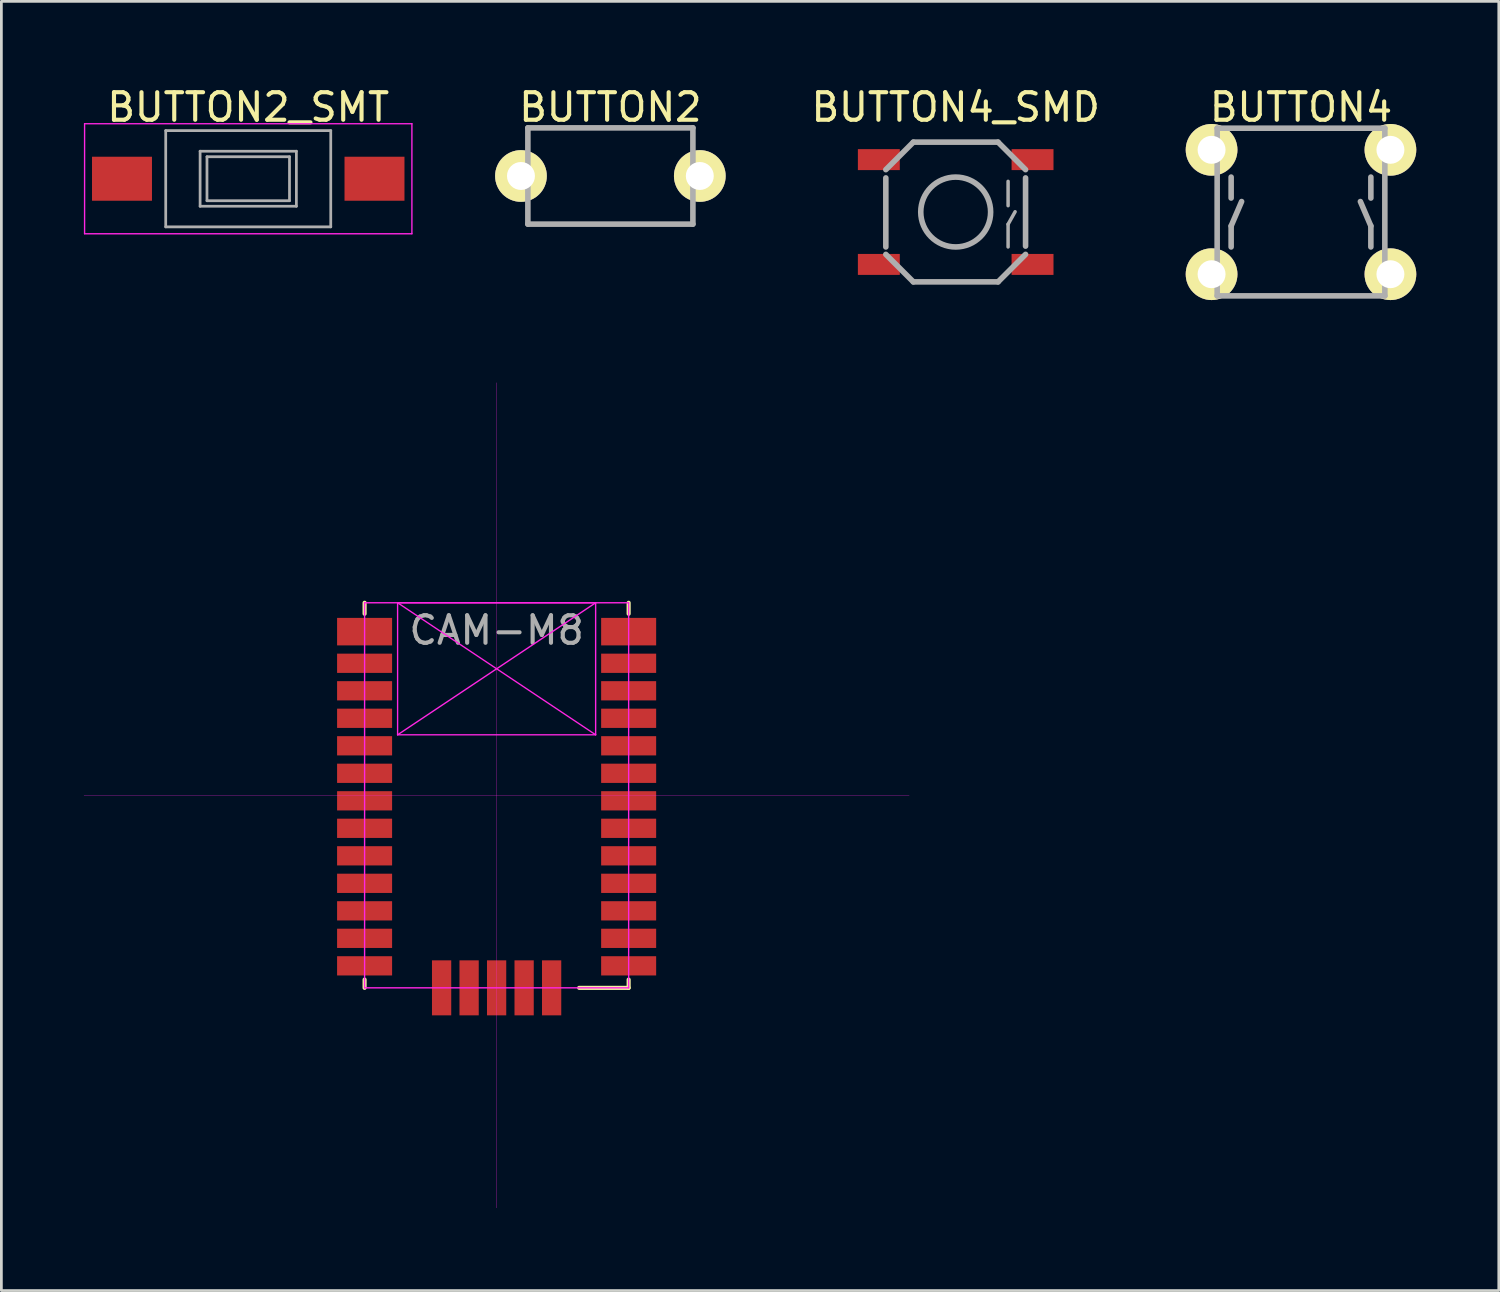
<source format=kicad_pcb>
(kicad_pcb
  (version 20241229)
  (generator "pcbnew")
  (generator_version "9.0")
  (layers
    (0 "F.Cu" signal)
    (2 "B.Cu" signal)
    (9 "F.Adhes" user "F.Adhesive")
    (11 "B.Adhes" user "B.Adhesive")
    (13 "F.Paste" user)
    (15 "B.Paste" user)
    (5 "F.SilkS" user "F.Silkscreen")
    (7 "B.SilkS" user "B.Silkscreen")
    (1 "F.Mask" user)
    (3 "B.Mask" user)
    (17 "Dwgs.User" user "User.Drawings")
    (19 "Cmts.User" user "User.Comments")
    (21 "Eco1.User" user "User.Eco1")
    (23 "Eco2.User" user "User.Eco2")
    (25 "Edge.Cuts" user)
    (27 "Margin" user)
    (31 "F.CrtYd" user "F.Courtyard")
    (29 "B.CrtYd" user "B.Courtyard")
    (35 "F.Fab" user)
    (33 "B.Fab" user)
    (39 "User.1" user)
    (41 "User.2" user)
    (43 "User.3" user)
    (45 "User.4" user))
  (footprint "BUTTON4"
    (layer "F.Cu")
    (at 44.249 4.658)
    (property "Reference" "BUTTON4" (at 0 -3.81 0) (layer "F.SilkS") (effects (font (size 1 1) (thickness 0.15))))
    (attr through_hole)
    (fp_line (start -3.048 -3.048) (end -3.048 3.048) (stroke (width 0.203) (type solid)) (layer "F.Fab"))
    (fp_line (start -3.048 -3.048) (end 3.048 -3.048) (stroke (width 0.203) (type solid)) (layer "F.Fab"))
    (fp_line (start -3.048 3.048) (end 3.048 3.048) (stroke (width 0.203) (type solid)) (layer "F.Fab"))
    (fp_line (start -2.54 -0.508) (end -2.54 -1.27) (stroke (width 0.203) (type solid)) (layer "F.Fab"))
    (fp_line (start -2.54 0.508) (end -2.159 -0.381) (stroke (width 0.203) (type solid)) (layer "F.Fab"))
    (fp_line (start -2.54 1.27) (end -2.54 0.508) (stroke (width 0.203) (type solid)) (layer "F.Fab"))
    (fp_line (start 2.54 -0.508) (end 2.54 -1.27) (stroke (width 0.203) (type solid)) (layer "F.Fab"))
    (fp_line (start 2.54 0.508) (end 2.159 -0.381) (stroke (width 0.203) (type solid)) (layer "F.Fab"))
    (fp_line (start 2.54 1.27) (end 2.54 0.508) (stroke (width 0.203) (type solid)) (layer "F.Fab"))
    (fp_line (start 3.048 -3.048) (end 3.048 3.048) (stroke (width 0.203) (type solid)) (layer "F.Fab"))
    (pad "1" thru_hole circle (at -3.251 2.261) (size 1.88 1.88) (drill 1.016) (layers "*.Cu" "*.Mask" "F.SilkS"))
    (pad "2" thru_hole circle (at 3.251 2.261) (size 1.88 1.88) (drill 1.016) (layers "*.Cu" "*.Mask" "F.SilkS"))
    (pad "3" thru_hole circle (at -3.251 -2.261) (size 1.88 1.88) (drill 1.016) (layers "*.Cu" "*.Mask" "F.SilkS"))
    (pad "4" thru_hole circle (at 3.251 -2.261) (size 1.88 1.88) (drill 1.016) (layers "*.Cu" "*.Mask" "F.SilkS")))
  (footprint "BUTTON2_SMT"
    (layer "F.Cu")
    (at 5.975 3.448)
    (property "Reference" "BUTTON2_SMT" (at 0 -2.6 0) (layer "F.SilkS") (effects (font (size 1 1) (thickness 0.15))))
    (attr smd)
    (fp_line (start -5.95 -2) (end -5.95 2) (stroke (width 0.05) (type solid)) (layer "F.CrtYd"))
    (fp_line (start -5.95 -2) (end 5.95 -2) (stroke (width 0.05) (type solid)) (layer "F.CrtYd"))
    (fp_line (start -5.95 2) (end 5.95 2) (stroke (width 0.05) (type solid)) (layer "F.CrtYd"))
    (fp_line (start 5.95 -2) (end 5.95 2) (stroke (width 0.05) (type solid)) (layer "F.CrtYd"))
    (fp_line (start -3 -1.75) (end -3 1.75) (stroke (width 0.1) (type solid)) (layer "F.Fab"))
    (fp_line (start -3 -1.75) (end 3 -1.75) (stroke (width 0.1) (type solid)) (layer "F.Fab"))
    (fp_line (start -3 1.75) (end 3 1.75) (stroke (width 0.1) (type solid)) (layer "F.Fab"))
    (fp_line (start -1.75 -1) (end 1.75 -1) (stroke (width 0.1) (type solid)) (layer "F.Fab"))
    (fp_line (start -1.75 1) (end -1.75 -1) (stroke (width 0.1) (type solid)) (layer "F.Fab"))
    (fp_line (start -1.5 -0.8) (end -1.5 0.8) (stroke (width 0.1) (type solid)) (layer "F.Fab"))
    (fp_line (start -1.5 -0.8) (end 1.5 -0.8) (stroke (width 0.1) (type solid)) (layer "F.Fab"))
    (fp_line (start -1.5 0.8) (end 1.5 0.8) (stroke (width 0.1) (type solid)) (layer "F.Fab"))
    (fp_line (start 1.5 -0.8) (end 1.5 0.8) (stroke (width 0.1) (type solid)) (layer "F.Fab"))
    (fp_line (start 1.75 -1) (end 1.75 1) (stroke (width 0.1) (type solid)) (layer "F.Fab"))
    (fp_line (start 1.75 1) (end -1.75 1) (stroke (width 0.1) (type solid)) (layer "F.Fab"))
    (fp_line (start 3 -1.75) (end 3 1.75) (stroke (width 0.1) (type solid)) (layer "F.Fab"))
    (pad "1" smd rect (at -4.59 0) (size 2.18 1.6) (layers "F.Cu" "F.Mask" "F.Paste"))
    (pad "2" smd rect (at 4.59 0) (size 2.18 1.6) (layers "F.Cu" "F.Mask" "F.Paste")))
  (footprint "CAM-M8"
    (layer "F.Cu")
    (at 15.005 25.864)
    (property "Reference" "CAM-M8" (at 0 -6 0) (layer "F.Fab") (effects (font (size 1 1) (thickness 0.15))))
    (attr through_hole)
    (fp_line (start -4.8 -7) (end -4.8 -6.6) (stroke (width 0.15) (type solid)) (layer "F.SilkS"))
    (fp_line (start -4.8 7) (end -4.8 6.7) (stroke (width 0.15) (type solid)) (layer "F.SilkS"))
    (fp_line (start 3 7) (end 4.8 7) (stroke (width 0.15) (type solid)) (layer "F.SilkS"))
    (fp_line (start 4.8 -7) (end 4.8 -6.6) (stroke (width 0.15) (type solid)) (layer "F.SilkS"))
    (fp_line (start 4.8 7) (end 4.8 6.7) (stroke (width 0.15) (type solid)) (layer "F.SilkS"))
    (fp_line (start -15 0) (end 15 0) (stroke (width 0.01) (type solid)) (layer "F.CrtYd"))
    (fp_line (start -4.8 -7) (end -4.8 7) (stroke (width 0.05) (type solid)) (layer "F.CrtYd"))
    (fp_line (start -4.8 -7) (end 4.8 -7) (stroke (width 0.05) (type solid)) (layer "F.CrtYd"))
    (fp_line (start -4.8 7) (end 4.8 7) (stroke (width 0.05) (type solid)) (layer "F.CrtYd"))
    (fp_line (start -3.6 -7) (end -3.6 -2.2) (stroke (width 0.05) (type solid)) (layer "F.CrtYd"))
    (fp_line (start -3.6 -7) (end 3.6 -7) (stroke (width 0.05) (type solid)) (layer "F.CrtYd"))
    (fp_line (start -3.6 -7) (end 3.6 -2.2) (stroke (width 0.05) (type solid)) (layer "F.CrtYd"))
    (fp_line (start -3.6 -2.2) (end 3.6 -7) (stroke (width 0.05) (type solid)) (layer "F.CrtYd"))
    (fp_line (start -3.6 -2.2) (end 3.6 -2.2) (stroke (width 0.05) (type solid)) (layer "F.CrtYd"))
    (fp_line (start 0 -15) (end 0 15) (stroke (width 0.01) (type solid)) (layer "F.CrtYd"))
    (fp_line (start 3.6 -7) (end 3.6 -2.2) (stroke (width 0.05) (type solid)) (layer "F.CrtYd"))
    (fp_line (start 4.8 -7) (end 4.8 7) (stroke (width 0.05) (type solid)) (layer "F.CrtYd"))
    (pad "2" smd rect (at 4.8 5.2) (size 2 0.7) (layers "F.Cu" "F.Mask" "F.Paste"))
    (pad "3" smd rect (at 4.8 4.2) (size 2 0.7) (layers "F.Cu" "F.Mask" "F.Paste"))
    (pad "6" smd rect (at 4.8 1.2) (size 2 0.7) (layers "F.Cu" "F.Mask" "F.Paste"))
    (pad "7" smd rect (at 4.8 0.2) (size 2 0.7) (layers "F.Cu" "F.Mask" "F.Paste"))
    (pad "20" smd rect (at -4.8 0.2) (size 2 0.7) (layers "F.Cu" "F.Mask" "F.Paste"))
    (pad "23" smd rect (at -4.8 3.2) (size 2 0.7) (layers "F.Cu" "F.Mask" "F.Paste"))
    (pad "24" smd rect (at -4.8 4.2) (size 2 0.7) (layers "F.Cu" "F.Mask" "F.Paste"))
    (pad "28" smd rect (at -1 7) (size 0.7 2) (layers "F.Cu" "F.Mask" "F.Paste"))
    (pad "29" smd rect (at 0 7) (size 0.7 2) (layers "F.Cu" "F.Mask" "F.Paste"))
    (pad "30" smd rect (at 1 7) (size 0.7 2) (layers "F.Cu" "F.Mask" "F.Paste"))
    (pad "GND" smd rect (at -4.8 -5.95) (size 2 1) (layers "F.Cu" "F.Mask" "F.Paste"))
    (pad "GND" smd rect (at -4.8 -4.8) (size 2 0.7) (layers "F.Cu" "F.Mask" "F.Paste"))
    (pad "GND" smd rect (at -4.8 -1.8) (size 2 0.7) (layers "F.Cu" "F.Mask" "F.Paste"))
    (pad "GND" smd rect (at -4.8 -0.8) (size 2 0.7) (layers "F.Cu" "F.Mask" "F.Paste"))
    (pad "GND" smd rect (at -4.8 1.2) (size 2 0.7) (layers "F.Cu" "F.Mask" "F.Paste"))
    (pad "GND" smd rect (at -4.8 2.2) (size 2 0.7) (layers "F.Cu" "F.Mask" "F.Paste"))
    (pad "GND" smd rect (at -2 7) (size 0.7 2) (layers "F.Cu" "F.Mask" "F.Paste"))
    (pad "GND" smd rect (at 2 7) (size 0.7 2) (layers "F.Cu" "F.Mask" "F.Paste"))
    (pad "GND" smd rect (at 4.8 -5.95) (size 2 1) (layers "F.Cu" "F.Mask" "F.Paste"))
    (pad "GND" smd rect (at 4.8 -4.8) (size 2 0.7) (layers "F.Cu" "F.Mask" "F.Paste"))
    (pad "GND" smd rect (at 4.8 -3.8) (size 2 0.7) (layers "F.Cu" "F.Mask" "F.Paste"))
    (pad "GND" smd rect (at 4.8 -2.8) (size 2 0.7) (layers "F.Cu" "F.Mask" "F.Paste"))
    (pad "GND" smd rect (at 4.8 2.2) (size 2 0.7) (layers "F.Cu" "F.Mask" "F.Paste"))
    (pad "GND" smd rect (at 4.8 3.2) (size 2 0.7) (layers "F.Cu" "F.Mask" "F.Paste"))
    (pad "RF" smd rect (at -4.8 -3.8) (size 2 0.7) (layers "F.Cu" "F.Mask" "F.Paste"))
    (pad "RF" smd rect (at -4.8 -2.8) (size 2 0.7) (layers "F.Cu" "F.Mask" "F.Paste"))
    (pad "RX" smd rect (at -4.8 6.2) (size 2 0.7) (layers "F.Cu" "F.Mask" "F.Paste"))
    (pad "TX" smd rect (at -4.8 5.2) (size 2 0.7) (layers "F.Cu" "F.Mask" "F.Paste"))
    (pad "VCC" smd rect (at 4.8 -1.8) (size 2 0.7) (layers "F.Cu" "F.Mask" "F.Paste"))
    (pad "VCC" smd rect (at 4.8 -0.8) (size 2 0.7) (layers "F.Cu" "F.Mask" "F.Paste"))
    (pad "VCC" smd rect (at 4.8 6.2) (size 2 0.7) (layers "F.Cu" "F.Mask" "F.Paste")))
  (footprint "BUTTON2"
    (layer "F.Cu")
    (at 19.141 3.348)
    (property "Reference" "BUTTON2" (at 0 -2.5 0) (layer "F.SilkS") (effects (font (size 1 1) (thickness 0.15))))
    (attr through_hole)
    (fp_line (start -3 -1.75) (end -3 1.75) (stroke (width 0.203) (type solid)) (layer "F.Fab"))
    (fp_line (start -3 -1.75) (end 3 -1.75) (stroke (width 0.203) (type solid)) (layer "F.Fab"))
    (fp_line (start -3 1.75) (end 3 1.75) (stroke (width 0.203) (type solid)) (layer "F.Fab"))
    (fp_line (start 3 -1.75) (end 3 1.75) (stroke (width 0.203) (type solid)) (layer "F.Fab"))
    (pad "1" thru_hole circle (at -3.251 0) (size 1.88 1.88) (drill 1.016) (layers "*.Cu" "*.Mask" "F.SilkS"))
    (pad "2" thru_hole circle (at 3.251 0) (size 1.88 1.88) (drill 1.016) (layers "*.Cu" "*.Mask" "F.SilkS")))
  (footprint "BUTTON4_SMD"
    (layer "F.Cu")
    (at 31.695 4.658)
    (property "Reference" "BUTTON4_SMD" (at 0 -3.81 0) (layer "F.SilkS") (effects (font (size 1 1) (thickness 0.15))))
    (attr through_hole)
    (fp_line (start -2.54 -1.24) (end -2.54 1.27) (stroke (width 0.203) (type solid)) (layer "F.Fab"))
    (fp_line (start -2.54 1.54) (end -1.54 2.54) (stroke (width 0.203) (type solid)) (layer "F.Fab"))
    (fp_line (start -1.54 -2.54) (end -2.54 -1.54) (stroke (width 0.203) (type solid)) (layer "F.Fab"))
    (fp_line (start -1.54 2.54) (end 1.54 2.54) (stroke (width 0.203) (type solid)) (layer "F.Fab"))
    (fp_line (start 1.54 -2.54) (end -1.54 -2.54) (stroke (width 0.203) (type solid)) (layer "F.Fab"))
    (fp_line (start 1.54 2.54) (end 2.54 1.54) (stroke (width 0.203) (type solid)) (layer "F.Fab"))
    (fp_line (start 1.905 -0.23) (end 1.905 -1.115) (stroke (width 0.127) (type solid)) (layer "F.Fab"))
    (fp_line (start 1.905 0.445) (end 2.16 -0.01) (stroke (width 0.127) (type solid)) (layer "F.Fab"))
    (fp_line (start 1.905 1.27) (end 1.905 0.445) (stroke (width 0.127) (type solid)) (layer "F.Fab"))
    (fp_line (start 2.54 -1.54) (end 1.54 -2.54) (stroke (width 0.203) (type solid)) (layer "F.Fab"))
    (fp_line (start 2.54 1.24) (end 2.54 -1.24) (stroke (width 0.203) (type solid)) (layer "F.Fab"))
    (fp_circle (center 0 0) (end 0 1.27) (stroke (width 0.203) (type solid)) (fill no) (layer "F.Fab"))
    (pad "1" smd rect (at -2.794 1.905) (size 1.524 0.762) (layers "F.Cu" "F.Mask" "F.Paste"))
    (pad "2" smd rect (at 2.794 1.905) (size 1.524 0.762) (layers "F.Cu" "F.Mask" "F.Paste"))
    (pad "3" smd rect (at -2.794 -1.905) (size 1.524 0.762) (layers "F.Cu" "F.Mask" "F.Paste"))
    (pad "4" smd rect (at 2.794 -1.905) (size 1.524 0.762) (layers "F.Cu" "F.Mask" "F.Paste")))
  (gr_rect
    (start -3 -3)
    (end 51.44 43.869)
    (stroke (width 0.1) (type default))
    (fill no)
    (layer "Edge.Cuts")))
</source>
